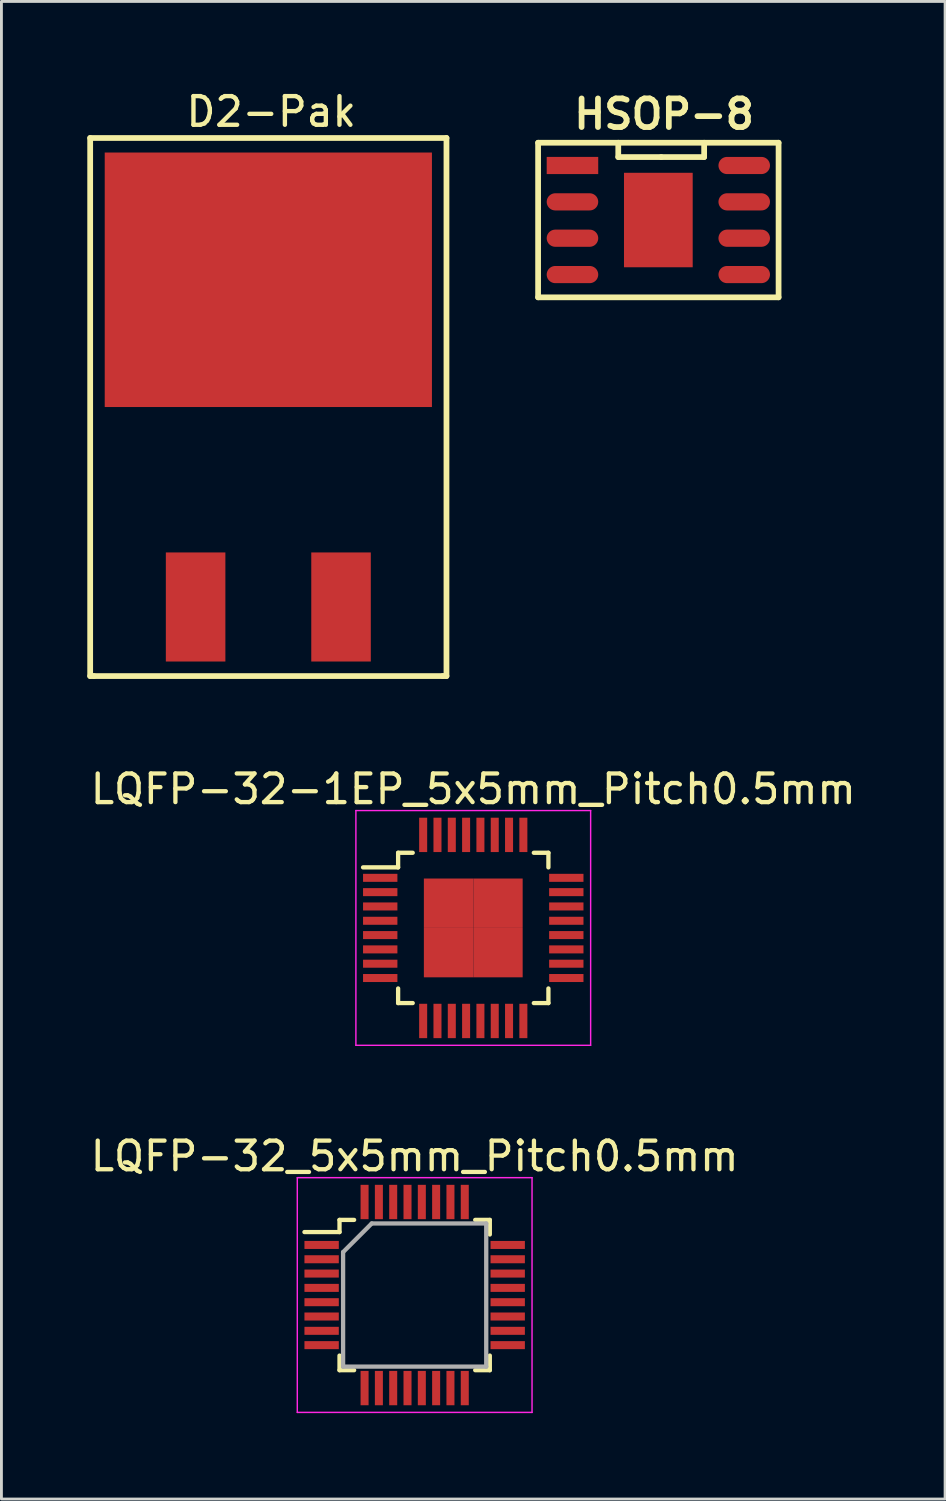
<source format=kicad_pcb>
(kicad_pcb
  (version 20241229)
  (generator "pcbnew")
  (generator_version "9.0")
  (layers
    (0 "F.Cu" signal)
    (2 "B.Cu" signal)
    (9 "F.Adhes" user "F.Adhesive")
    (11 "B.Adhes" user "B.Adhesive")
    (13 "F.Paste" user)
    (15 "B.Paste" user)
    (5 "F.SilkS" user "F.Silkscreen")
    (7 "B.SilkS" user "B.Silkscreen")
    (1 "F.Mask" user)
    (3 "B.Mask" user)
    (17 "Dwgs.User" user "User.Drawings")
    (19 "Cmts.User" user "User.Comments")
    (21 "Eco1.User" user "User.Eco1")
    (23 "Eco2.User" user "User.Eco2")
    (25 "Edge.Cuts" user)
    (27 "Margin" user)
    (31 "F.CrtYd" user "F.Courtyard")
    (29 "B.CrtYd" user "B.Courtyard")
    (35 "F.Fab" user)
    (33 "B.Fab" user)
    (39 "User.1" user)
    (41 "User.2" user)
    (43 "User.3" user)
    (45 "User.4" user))
  (footprint "LQFP-32-1EP_5x5mm_Pitch0.5mm"
    (layer "F.Cu")
    (at 13.482 29.364)
    (property "Reference" "LQFP-32-1EP_5x5mm_Pitch0.5mm" (at 0 -4.85 0) (layer "F.SilkS") (effects (font (size 1 1) (thickness 0.15))))
    (attr smd)
    (fp_line (start -2.625 -2.625) (end -2.625 -2.115) (stroke (width 0.15) (type solid)) (layer "F.SilkS"))
    (fp_line (start -2.625 -2.625) (end -2.115 -2.625) (stroke (width 0.15) (type solid)) (layer "F.SilkS"))
    (fp_line (start -2.625 -2.115) (end -3.85 -2.115) (stroke (width 0.15) (type solid)) (layer "F.SilkS"))
    (fp_line (start -2.625 2.625) (end -2.625 2.115) (stroke (width 0.15) (type solid)) (layer "F.SilkS"))
    (fp_line (start -2.625 2.625) (end -2.115 2.625) (stroke (width 0.15) (type solid)) (layer "F.SilkS"))
    (fp_line (start 2.625 -2.625) (end 2.115 -2.625) (stroke (width 0.15) (type solid)) (layer "F.SilkS"))
    (fp_line (start 2.625 -2.625) (end 2.625 -2.115) (stroke (width 0.15) (type solid)) (layer "F.SilkS"))
    (fp_line (start 2.625 2.625) (end 2.115 2.625) (stroke (width 0.15) (type solid)) (layer "F.SilkS"))
    (fp_line (start 2.625 2.625) (end 2.625 2.115) (stroke (width 0.15) (type solid)) (layer "F.SilkS"))
    (fp_line (start -4.1 -4.1) (end -4.1 4.1) (stroke (width 0.05) (type solid)) (layer "F.CrtYd"))
    (fp_line (start -4.1 -4.1) (end 4.1 -4.1) (stroke (width 0.05) (type solid)) (layer "F.CrtYd"))
    (fp_line (start -4.1 4.1) (end 4.1 4.1) (stroke (width 0.05) (type solid)) (layer "F.CrtYd"))
    (fp_line (start 4.1 -4.1) (end 4.1 4.1) (stroke (width 0.05) (type solid)) (layer "F.CrtYd"))
    (pad "1" smd rect (at -3.25 -1.75) (size 1.2 0.28) (layers "F.Cu" "F.Mask" "F.Paste"))
    (pad "2" smd rect (at -3.25 -1.25) (size 1.2 0.28) (layers "F.Cu" "F.Mask" "F.Paste"))
    (pad "3" smd rect (at -3.25 -0.75) (size 1.2 0.28) (layers "F.Cu" "F.Mask" "F.Paste"))
    (pad "4" smd rect (at -3.25 -0.25) (size 1.2 0.28) (layers "F.Cu" "F.Mask" "F.Paste"))
    (pad "5" smd rect (at -3.25 0.25) (size 1.2 0.28) (layers "F.Cu" "F.Mask" "F.Paste"))
    (pad "6" smd rect (at -3.25 0.75) (size 1.2 0.28) (layers "F.Cu" "F.Mask" "F.Paste"))
    (pad "7" smd rect (at -3.25 1.25) (size 1.2 0.28) (layers "F.Cu" "F.Mask" "F.Paste"))
    (pad "8" smd rect (at -3.25 1.75) (size 1.2 0.28) (layers "F.Cu" "F.Mask" "F.Paste"))
    (pad "9" smd rect (at -1.75 3.25 90) (size 1.2 0.28) (layers "F.Cu" "F.Mask" "F.Paste"))
    (pad "10" smd rect (at -1.25 3.25 90) (size 1.2 0.28) (layers "F.Cu" "F.Mask" "F.Paste"))
    (pad "11" smd rect (at -0.75 3.25 90) (size 1.2 0.28) (layers "F.Cu" "F.Mask" "F.Paste"))
    (pad "12" smd rect (at -0.25 3.25 90) (size 1.2 0.28) (layers "F.Cu" "F.Mask" "F.Paste"))
    (pad "13" smd rect (at 0.25 3.25 90) (size 1.2 0.28) (layers "F.Cu" "F.Mask" "F.Paste"))
    (pad "14" smd rect (at 0.75 3.25 90) (size 1.2 0.28) (layers "F.Cu" "F.Mask" "F.Paste"))
    (pad "15" smd rect (at 1.25 3.25 90) (size 1.2 0.28) (layers "F.Cu" "F.Mask" "F.Paste"))
    (pad "16" smd rect (at 1.75 3.25 90) (size 1.2 0.28) (layers "F.Cu" "F.Mask" "F.Paste"))
    (pad "17" smd rect (at 3.25 1.75) (size 1.2 0.28) (layers "F.Cu" "F.Mask" "F.Paste"))
    (pad "18" smd rect (at 3.25 1.25) (size 1.2 0.28) (layers "F.Cu" "F.Mask" "F.Paste"))
    (pad "19" smd rect (at 3.25 0.75) (size 1.2 0.28) (layers "F.Cu" "F.Mask" "F.Paste"))
    (pad "20" smd rect (at 3.25 0.25) (size 1.2 0.28) (layers "F.Cu" "F.Mask" "F.Paste"))
    (pad "21" smd rect (at 3.25 -0.25) (size 1.2 0.28) (layers "F.Cu" "F.Mask" "F.Paste"))
    (pad "22" smd rect (at 3.25 -0.75) (size 1.2 0.28) (layers "F.Cu" "F.Mask" "F.Paste"))
    (pad "23" smd rect (at 3.25 -1.25) (size 1.2 0.28) (layers "F.Cu" "F.Mask" "F.Paste"))
    (pad "24" smd rect (at 3.25 -1.75) (size 1.2 0.28) (layers "F.Cu" "F.Mask" "F.Paste"))
    (pad "25" smd rect (at 1.75 -3.25 90) (size 1.2 0.28) (layers "F.Cu" "F.Mask" "F.Paste"))
    (pad "26" smd rect (at 1.25 -3.25 90) (size 1.2 0.28) (layers "F.Cu" "F.Mask" "F.Paste"))
    (pad "27" smd rect (at 0.75 -3.25 90) (size 1.2 0.28) (layers "F.Cu" "F.Mask" "F.Paste"))
    (pad "28" smd rect (at 0.25 -3.25 90) (size 1.2 0.28) (layers "F.Cu" "F.Mask" "F.Paste"))
    (pad "29" smd rect (at -0.25 -3.25 90) (size 1.2 0.28) (layers "F.Cu" "F.Mask" "F.Paste"))
    (pad "30" smd rect (at -0.75 -3.25 90) (size 1.2 0.28) (layers "F.Cu" "F.Mask" "F.Paste"))
    (pad "31" smd rect (at -1.25 -3.25 90) (size 1.2 0.28) (layers "F.Cu" "F.Mask" "F.Paste"))
    (pad "32" smd rect (at -1.75 -3.25 90) (size 1.2 0.28) (layers "F.Cu" "F.Mask" "F.Paste"))
    (pad "33" smd rect (at -0.863 -0.863) (size 1.725 1.725) (layers "F.Cu" "F.Mask" "F.Paste"))
    (pad "33" smd rect (at -0.863 0.863) (size 1.725 1.725) (layers "F.Cu" "F.Mask" "F.Paste"))
    (pad "33" smd rect (at 0.863 -0.863) (size 1.725 1.725) (layers "F.Cu" "F.Mask" "F.Paste"))
    (pad "33" smd rect (at 0.863 0.863) (size 1.725 1.725) (layers "F.Cu" "F.Mask" "F.Paste")))
  (footprint "D2-Pak"
    (layer "F.Cu")
    (at 6.323 18.153)
    (property "Reference" "D2-Pak" (at 0.102 -17.3 0) (layer "F.SilkS") (effects (font (size 1.001 1.001) (thickness 0.152))))
    (attr through_hole)
    (fp_line (start -6.223 -16.383) (end 6.223 -16.383) (stroke (width 0.201) (type solid)) (layer "F.SilkS"))
    (fp_line (start -6.223 2.413) (end -6.223 -16.383) (stroke (width 0.201) (type solid)) (layer "F.SilkS"))
    (fp_line (start -6.096 2.413) (end -6.223 2.413) (stroke (width 0.201) (type solid)) (layer "F.SilkS"))
    (fp_line (start -6.096 2.413) (end 6.096 2.413) (stroke (width 0.201) (type solid)) (layer "F.SilkS"))
    (fp_line (start 6.223 -16.383) (end 6.223 2.413) (stroke (width 0.201) (type solid)) (layer "F.SilkS"))
    (fp_line (start 6.223 2.413) (end 6.096 2.413) (stroke (width 0.201) (type solid)) (layer "F.SilkS"))
    (pad "1" smd rect (at -2.54 0) (size 2.08 3.81) (layers "F.Cu" "F.Mask" "F.Paste"))
    (pad "2" smd rect (at 0 -11.43) (size 11.43 8.89) (layers "F.Cu" "F.Mask" "F.Paste"))
    (pad "3" smd rect (at 2.54 0) (size 2.08 3.81) (layers "F.Cu" "F.Mask" "F.Paste")))
  (footprint "LQFP-32_5x5mm_Pitch0.5mm"
    (layer "F.Cu")
    (at 11.435 42.188)
    (property "Reference" "LQFP-32_5x5mm_Pitch0.5mm" (at 0 -4.85 0) (layer "F.SilkS") (effects (font (size 1 1) (thickness 0.15))))
    (attr smd)
    (fp_line (start -2.625 -2.625) (end -2.625 -2.2) (stroke (width 0.15) (type solid)) (layer "F.SilkS"))
    (fp_line (start -2.625 -2.625) (end -2.115 -2.625) (stroke (width 0.15) (type solid)) (layer "F.SilkS"))
    (fp_line (start -2.625 -2.2) (end -3.85 -2.2) (stroke (width 0.15) (type solid)) (layer "F.SilkS"))
    (fp_line (start -2.625 2.625) (end -2.625 2.115) (stroke (width 0.15) (type solid)) (layer "F.SilkS"))
    (fp_line (start -2.625 2.625) (end -2.115 2.625) (stroke (width 0.15) (type solid)) (layer "F.SilkS"))
    (fp_line (start 2.625 -2.625) (end 2.115 -2.625) (stroke (width 0.15) (type solid)) (layer "F.SilkS"))
    (fp_line (start 2.625 -2.625) (end 2.625 -2.115) (stroke (width 0.15) (type solid)) (layer "F.SilkS"))
    (fp_line (start 2.625 2.625) (end 2.115 2.625) (stroke (width 0.15) (type solid)) (layer "F.SilkS"))
    (fp_line (start 2.625 2.625) (end 2.625 2.115) (stroke (width 0.15) (type solid)) (layer "F.SilkS"))
    (fp_line (start -4.1 -4.1) (end -4.1 4.1) (stroke (width 0.05) (type solid)) (layer "F.CrtYd"))
    (fp_line (start -4.1 -4.1) (end 4.1 -4.1) (stroke (width 0.05) (type solid)) (layer "F.CrtYd"))
    (fp_line (start -4.1 4.1) (end 4.1 4.1) (stroke (width 0.05) (type solid)) (layer "F.CrtYd"))
    (fp_line (start 4.1 -4.1) (end 4.1 4.1) (stroke (width 0.05) (type solid)) (layer "F.CrtYd"))
    (fp_line (start -2.5 -1.5) (end -1.5 -2.5) (stroke (width 0.15) (type solid)) (layer "F.Fab"))
    (fp_line (start -2.5 2.5) (end -2.5 -1.5) (stroke (width 0.15) (type solid)) (layer "F.Fab"))
    (fp_line (start -1.5 -2.5) (end 2.5 -2.5) (stroke (width 0.15) (type solid)) (layer "F.Fab"))
    (fp_line (start 2.5 -2.5) (end 2.5 2.5) (stroke (width 0.15) (type solid)) (layer "F.Fab"))
    (fp_line (start 2.5 2.5) (end -2.5 2.5) (stroke (width 0.15) (type solid)) (layer "F.Fab"))
    (pad "1" smd rect (at -3.25 -1.75) (size 1.2 0.28) (layers "F.Cu" "F.Mask" "F.Paste"))
    (pad "2" smd rect (at -3.25 -1.25) (size 1.2 0.28) (layers "F.Cu" "F.Mask" "F.Paste"))
    (pad "3" smd rect (at -3.25 -0.75) (size 1.2 0.28) (layers "F.Cu" "F.Mask" "F.Paste"))
    (pad "4" smd rect (at -3.25 -0.25) (size 1.2 0.28) (layers "F.Cu" "F.Mask" "F.Paste"))
    (pad "5" smd rect (at -3.25 0.25) (size 1.2 0.28) (layers "F.Cu" "F.Mask" "F.Paste"))
    (pad "6" smd rect (at -3.25 0.75) (size 1.2 0.28) (layers "F.Cu" "F.Mask" "F.Paste"))
    (pad "7" smd rect (at -3.25 1.25) (size 1.2 0.28) (layers "F.Cu" "F.Mask" "F.Paste"))
    (pad "8" smd rect (at -3.25 1.75) (size 1.2 0.28) (layers "F.Cu" "F.Mask" "F.Paste"))
    (pad "9" smd rect (at -1.75 3.25 90) (size 1.2 0.28) (layers "F.Cu" "F.Mask" "F.Paste"))
    (pad "10" smd rect (at -1.25 3.25 90) (size 1.2 0.28) (layers "F.Cu" "F.Mask" "F.Paste"))
    (pad "11" smd rect (at -0.75 3.25 90) (size 1.2 0.28) (layers "F.Cu" "F.Mask" "F.Paste"))
    (pad "12" smd rect (at -0.25 3.25 90) (size 1.2 0.28) (layers "F.Cu" "F.Mask" "F.Paste"))
    (pad "13" smd rect (at 0.25 3.25 90) (size 1.2 0.28) (layers "F.Cu" "F.Mask" "F.Paste"))
    (pad "14" smd rect (at 0.75 3.25 90) (size 1.2 0.28) (layers "F.Cu" "F.Mask" "F.Paste"))
    (pad "15" smd rect (at 1.25 3.25 90) (size 1.2 0.28) (layers "F.Cu" "F.Mask" "F.Paste"))
    (pad "16" smd rect (at 1.75 3.25 90) (size 1.2 0.28) (layers "F.Cu" "F.Mask" "F.Paste"))
    (pad "17" smd rect (at 3.25 1.75) (size 1.2 0.28) (layers "F.Cu" "F.Mask" "F.Paste"))
    (pad "18" smd rect (at 3.25 1.25) (size 1.2 0.28) (layers "F.Cu" "F.Mask" "F.Paste"))
    (pad "19" smd rect (at 3.25 0.75) (size 1.2 0.28) (layers "F.Cu" "F.Mask" "F.Paste"))
    (pad "20" smd rect (at 3.25 0.25) (size 1.2 0.28) (layers "F.Cu" "F.Mask" "F.Paste"))
    (pad "21" smd rect (at 3.25 -0.25) (size 1.2 0.28) (layers "F.Cu" "F.Mask" "F.Paste"))
    (pad "22" smd rect (at 3.25 -0.75) (size 1.2 0.28) (layers "F.Cu" "F.Mask" "F.Paste"))
    (pad "23" smd rect (at 3.25 -1.25) (size 1.2 0.28) (layers "F.Cu" "F.Mask" "F.Paste"))
    (pad "24" smd rect (at 3.25 -1.75) (size 1.2 0.28) (layers "F.Cu" "F.Mask" "F.Paste"))
    (pad "25" smd rect (at 1.75 -3.25 90) (size 1.2 0.28) (layers "F.Cu" "F.Mask" "F.Paste"))
    (pad "26" smd rect (at 1.25 -3.25 90) (size 1.2 0.28) (layers "F.Cu" "F.Mask" "F.Paste"))
    (pad "27" smd rect (at 0.75 -3.25 90) (size 1.2 0.28) (layers "F.Cu" "F.Mask" "F.Paste"))
    (pad "28" smd rect (at 0.25 -3.25 90) (size 1.2 0.28) (layers "F.Cu" "F.Mask" "F.Paste"))
    (pad "29" smd rect (at -0.25 -3.25 90) (size 1.2 0.28) (layers "F.Cu" "F.Mask" "F.Paste"))
    (pad "30" smd rect (at -0.75 -3.25 90) (size 1.2 0.28) (layers "F.Cu" "F.Mask" "F.Paste"))
    (pad "31" smd rect (at -1.25 -3.25 90) (size 1.2 0.28) (layers "F.Cu" "F.Mask" "F.Paste"))
    (pad "32" smd rect (at -1.75 -3.25 90) (size 1.2 0.28) (layers "F.Cu" "F.Mask" "F.Paste")))
  (footprint "HSOP-8"
    (layer "F.Cu")
    (at 16.947 2.736)
    (property "Reference" "HSOP-8" (at 3.2 -1.8 0) (layer "F.SilkS") (effects (font (size 1 1) (thickness 0.2))))
    (attr through_hole)
    (fp_line (start -1.2 -0.8) (end 7.2 -0.8) (stroke (width 0.2) (type solid)) (layer "F.SilkS"))
    (fp_line (start -1.2 4.6) (end -1.2 -0.8) (stroke (width 0.2) (type solid)) (layer "F.SilkS"))
    (fp_line (start -1.2 4.6) (end 7.2 4.6) (stroke (width 0.2) (type solid)) (layer "F.SilkS"))
    (fp_line (start 1.6 -0.3) (end 1.6 -0.8) (stroke (width 0.2) (type solid)) (layer "F.SilkS"))
    (fp_line (start 3.1 -0.3) (end 1.6 -0.3) (stroke (width 0.2) (type solid)) (layer "F.SilkS"))
    (fp_line (start 3.1 -0.3) (end 4.6 -0.3) (stroke (width 0.2) (type solid)) (layer "F.SilkS"))
    (fp_line (start 4.6 -0.3) (end 4.6 -0.8) (stroke (width 0.2) (type solid)) (layer "F.SilkS"))
    (fp_line (start 7.2 -0.8) (end 7.2 4.6) (stroke (width 0.2) (type solid)) (layer "F.SilkS"))
    (pad "1" smd rect (at 0 -0.005) (size 1.8 0.6) (layers "F.Cu" "F.Mask" "F.Paste"))
    (pad "2" smd oval (at 0 1.265) (size 1.8 0.6) (layers "F.Cu" "F.Mask" "F.Paste"))
    (pad "3" smd oval (at 0 2.535) (size 1.8 0.6) (layers "F.Cu" "F.Mask" "F.Paste"))
    (pad "4" smd oval (at 0 3.805) (size 1.8 0.6) (layers "F.Cu" "F.Mask" "F.Paste"))
    (pad "5" smd oval (at 6 3.805) (size 1.8 0.6) (layers "F.Cu" "F.Mask" "F.Paste"))
    (pad "6" smd rect (at 3 1.9) (size 2.4 3.3) (layers "F.Cu" "F.Mask" "F.Paste"))
    (pad "6" smd oval (at 6 2.535) (size 1.8 0.6) (layers "F.Cu" "F.Mask" "F.Paste"))
    (pad "7" smd oval (at 6 1.265) (size 1.8 0.6) (layers "F.Cu" "F.Mask" "F.Paste"))
    (pad "8" smd oval (at 6 -0.005) (size 1.8 0.6) (layers "F.Cu" "F.Mask" "F.Paste")))
  (gr_rect
    (start -3 -3)
    (end 29.964 49.313)
    (stroke (width 0.1) (type default))
    (fill no)
    (layer "Edge.Cuts")))
</source>
